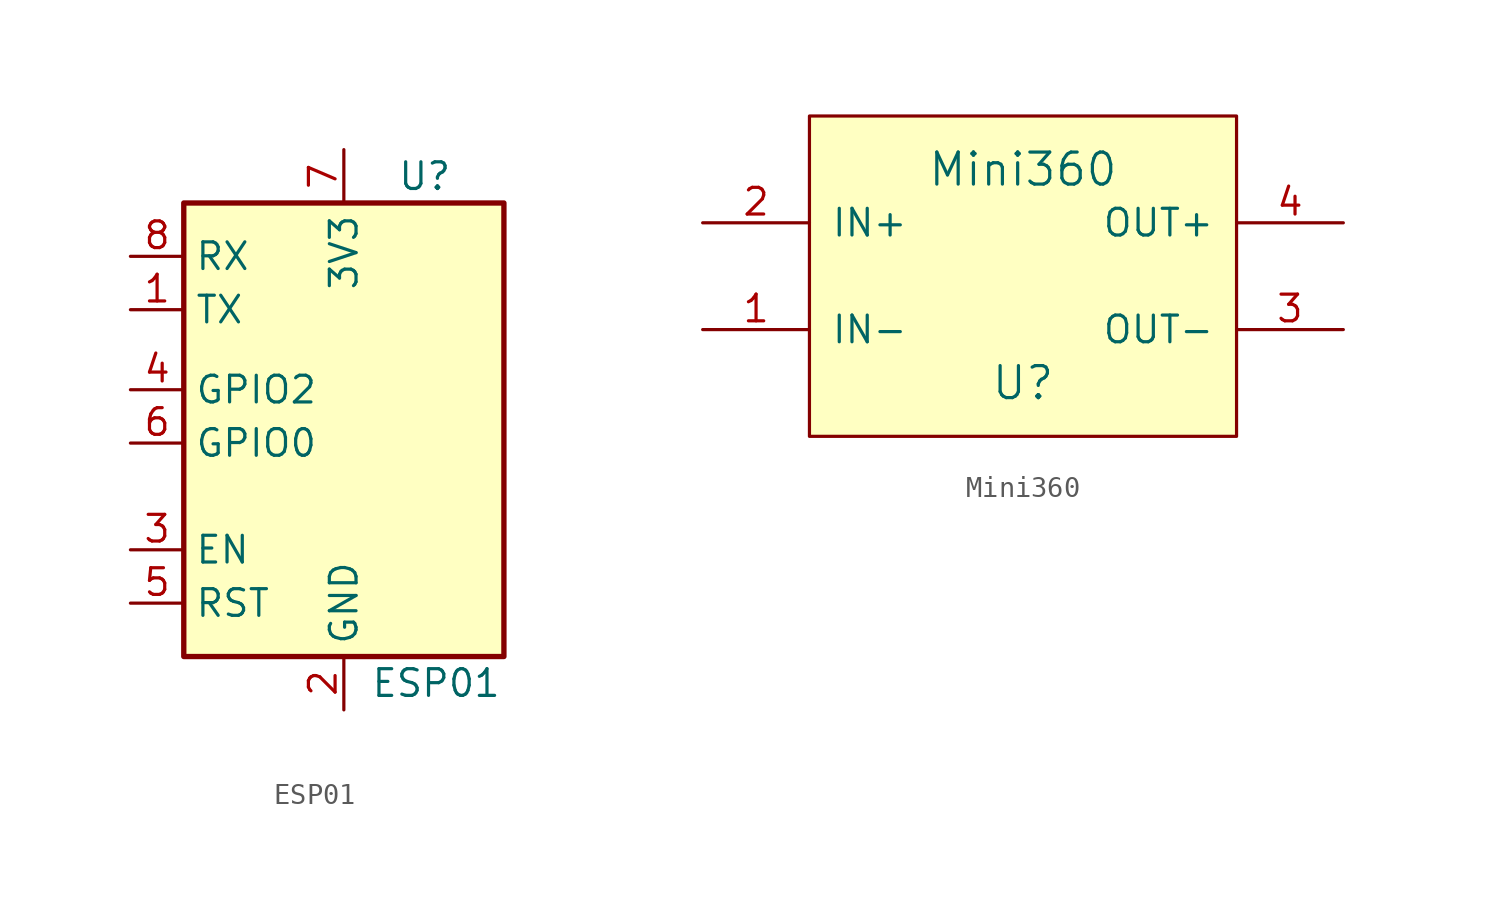
<source format=kicad_sym>
(kicad_symbol_lib
  (version 20211014)
  (generator kicad_symbol_editor)
  (symbol "ESP01"
    (property "Reference" "U"
      (at 2.54 15.24 0)
      (effects (font (size 1.27 1.27)) (justify left)))
    (property "Value" "ESP01"
      (at 1.27 -8.89 0)
      (effects (font (size 1.27 1.27)) (justify left)))
    (symbol "ESP01_1_1"
      (rectangle (start -7.62 13.97) (end 7.62 -7.62) (stroke (width 0.254) (type default) (color 0 0 0 0)) (fill (type background)))
      (pin output line (at -10.16 8.89 0) (length 2.54) (name "TX" (effects (font (size 1.27 1.27)))) (number "1" (effects (font (size 1.27 1.27)))))
      (pin power_in line (at 0 -10.16 90) (length 2.54) (name "GND" (effects (font (size 1.27 1.27)))) (number "2" (effects (font (size 1.27 1.27)))))
      (pin input line (at -10.16 -2.54 0) (length 2.54) (name "EN" (effects (font (size 1.27 1.27)))) (number "3" (effects (font (size 1.27 1.27)))))
      (pin bidirectional line (at -10.16 5.08 0) (length 2.54) (name "GPIO2" (effects (font (size 1.27 1.27)))) (number "4" (effects (font (size 1.27 1.27)))))
      (pin input line (at -10.16 -5.08 0) (length 2.54) (name "RST" (effects (font (size 1.27 1.27)))) (number "5" (effects (font (size 1.27 1.27)))))
      (pin bidirectional line (at -10.16 2.54 0) (length 2.54) (name "GPIO0" (effects (font (size 1.27 1.27)))) (number "6" (effects (font (size 1.27 1.27)))))
      (pin power_in line (at 0 16.51 270) (length 2.54) (name "3V3" (effects (font (size 1.27 1.27)))) (number "7" (effects (font (size 1.27 1.27)))))
      (pin input line (at -10.16 11.43 0) (length 2.54) (name "RX" (effects (font (size 1.27 1.27)))) (number "8" (effects (font (size 1.27 1.27)))))))
  (symbol "Mini360"
    (pin_names
      (offset 1.016))
    (property "Reference" "U"
      (at 0 -5.08 0)
      (effects (font (size 1.524 1.524))))
    (property "Value" "Mini360"
      (at 0 5.08 0)
      (effects (font (size 1.524 1.524))))
    (symbol "Mini360_0_1"
      (rectangle (start -10.16 7.62) (end 10.16 -7.62) (stroke (width 0) (type default) (color 0 0 0 0)) (fill (type background))))
    (symbol "Mini360_1_1"
      (pin power_in line (at -15.24 -2.54 0) (length 5.08) (name "IN-" (effects (font (size 1.27 1.27)))) (number "1" (effects (font (size 1.27 1.27)))))
      (pin power_in line (at -15.24 2.54 0) (length 5.08) (name "IN+" (effects (font (size 1.27 1.27)))) (number "2" (effects (font (size 1.27 1.27)))))
      (pin power_in line (at 15.24 -2.54 180) (length 5.08) (name "OUT-" (effects (font (size 1.27 1.27)))) (number "3" (effects (font (size 1.27 1.27)))))
      (pin power_out line (at 15.24 2.54 180) (length 5.08) (name "OUT+" (effects (font (size 1.27 1.27)))) (number "4" (effects (font (size 1.27 1.27))))))))
</source>
